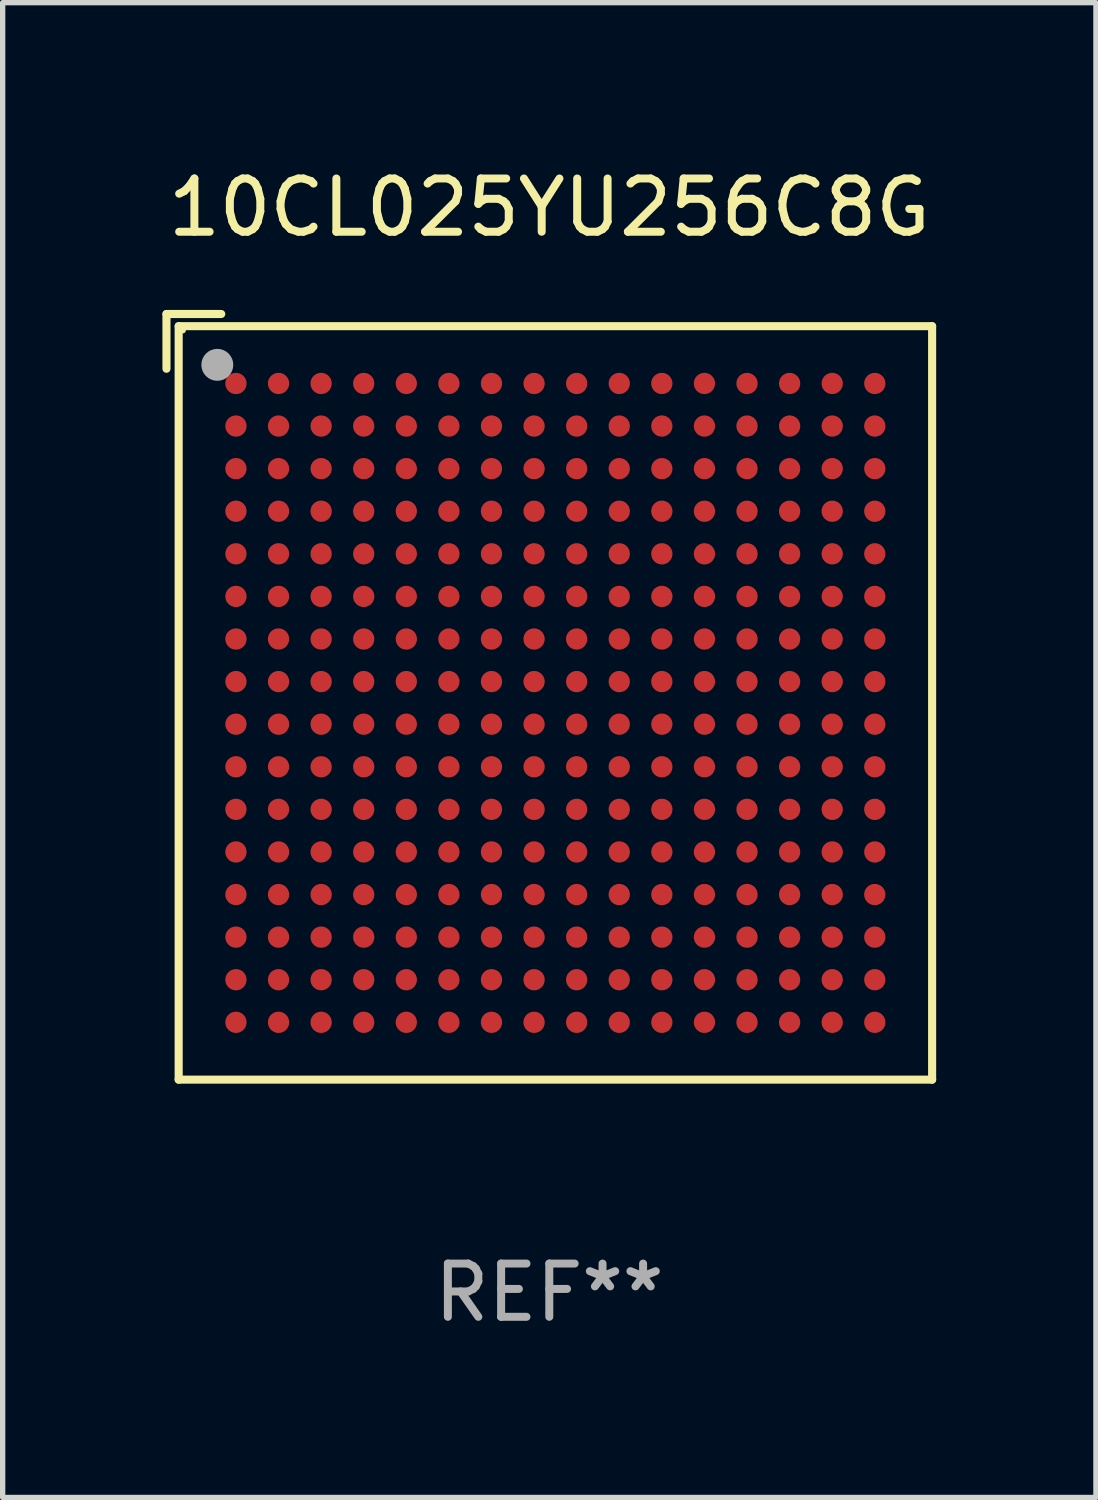
<source format=kicad_pcb>
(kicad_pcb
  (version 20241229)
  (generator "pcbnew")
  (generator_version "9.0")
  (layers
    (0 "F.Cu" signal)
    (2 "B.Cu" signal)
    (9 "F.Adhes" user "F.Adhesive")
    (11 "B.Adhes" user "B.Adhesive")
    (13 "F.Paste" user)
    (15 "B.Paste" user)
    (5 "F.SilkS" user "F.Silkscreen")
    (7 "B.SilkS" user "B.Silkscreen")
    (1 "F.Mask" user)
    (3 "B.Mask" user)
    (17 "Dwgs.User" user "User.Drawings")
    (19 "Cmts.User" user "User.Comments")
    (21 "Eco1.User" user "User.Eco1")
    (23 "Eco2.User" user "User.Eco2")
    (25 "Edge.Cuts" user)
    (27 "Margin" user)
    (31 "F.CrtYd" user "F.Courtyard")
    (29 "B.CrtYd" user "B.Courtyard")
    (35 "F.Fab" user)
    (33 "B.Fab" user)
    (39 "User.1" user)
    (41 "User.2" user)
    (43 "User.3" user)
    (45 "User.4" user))
  (footprint "10CL025YU256C8G"
    (layer "F.Cu")
    (at 7.268 10.039)
    (property "Reference" "10CL025YU256C8G" (at 0 -9.191 0) (layer "F.SilkS") (effects (font (size 1 1) (thickness 0.15))))
    (attr through_hole)
    (fp_line (start -7.191 -7.191) (end -6.162 -7.191) (stroke (width 0.152) (type solid)) (layer "F.SilkS"))
    (fp_line (start -7.191 -6.162) (end -7.191 -7.191) (stroke (width 0.152) (type solid)) (layer "F.SilkS"))
    (fp_line (start -6.962 -6.962) (end 7.191 -6.962) (stroke (width 0.152) (type solid)) (layer "F.SilkS"))
    (fp_line (start -6.962 7.191) (end -6.962 -6.962) (stroke (width 0.152) (type solid)) (layer "F.SilkS"))
    (fp_line (start 7.191 -6.962) (end 7.191 7.191) (stroke (width 0.152) (type solid)) (layer "F.SilkS"))
    (fp_line (start 7.191 7.191) (end -6.962 7.191) (stroke (width 0.152) (type solid)) (layer "F.SilkS"))
    (fp_circle (center -6.886 -6.886) (end -6.856 -6.886) (stroke (width 0.06) (type solid)) (fill no) (layer "F.SilkS"))
    (fp_circle (center -6.236 -6.236) (end -6.086 -6.236) (stroke (width 0.3) (type solid)) (fill no) (layer "F.Fab"))
    (fp_text user "REF**" (at 0 11.191 0) (layer "F.Fab") (effects (font (size 1 1) (thickness 0.15))))
    (pad "A1" smd circle (at -5.886 -5.886) (size 0.4 0.4) (layers "F.Cu" "F.Mask" "F.Paste"))
    (pad "A2" smd circle (at -5.086 -5.886) (size 0.4 0.4) (layers "F.Cu" "F.Mask" "F.Paste"))
    (pad "A3" smd circle (at -4.286 -5.886) (size 0.4 0.4) (layers "F.Cu" "F.Mask" "F.Paste"))
    (pad "A4" smd circle (at -3.486 -5.886) (size 0.4 0.4) (layers "F.Cu" "F.Mask" "F.Paste"))
    (pad "A5" smd circle (at -2.686 -5.886) (size 0.4 0.4) (layers "F.Cu" "F.Mask" "F.Paste"))
    (pad "A6" smd circle (at -1.886 -5.886) (size 0.4 0.4) (layers "F.Cu" "F.Mask" "F.Paste"))
    (pad "A7" smd circle (at -1.086 -5.886) (size 0.4 0.4) (layers "F.Cu" "F.Mask" "F.Paste"))
    (pad "A8" smd circle (at -0.286 -5.886) (size 0.4 0.4) (layers "F.Cu" "F.Mask" "F.Paste"))
    (pad "A9" smd circle (at 0.514 -5.886) (size 0.4 0.4) (layers "F.Cu" "F.Mask" "F.Paste"))
    (pad "A10" smd circle (at 1.314 -5.886) (size 0.4 0.4) (layers "F.Cu" "F.Mask" "F.Paste"))
    (pad "A11" smd circle (at 2.114 -5.886) (size 0.4 0.4) (layers "F.Cu" "F.Mask" "F.Paste"))
    (pad "A12" smd circle (at 2.914 -5.886) (size 0.4 0.4) (layers "F.Cu" "F.Mask" "F.Paste"))
    (pad "A13" smd circle (at 3.714 -5.886) (size 0.4 0.4) (layers "F.Cu" "F.Mask" "F.Paste"))
    (pad "A14" smd circle (at 4.514 -5.886) (size 0.4 0.4) (layers "F.Cu" "F.Mask" "F.Paste"))
    (pad "A15" smd circle (at 5.314 -5.886) (size 0.4 0.4) (layers "F.Cu" "F.Mask" "F.Paste"))
    (pad "A16" smd circle (at 6.114 -5.886) (size 0.4 0.4) (layers "F.Cu" "F.Mask" "F.Paste"))
    (pad "B1" smd circle (at -5.886 -5.086) (size 0.4 0.4) (layers "F.Cu" "F.Mask" "F.Paste"))
    (pad "B2" smd circle (at -5.086 -5.086) (size 0.4 0.4) (layers "F.Cu" "F.Mask" "F.Paste"))
    (pad "B3" smd circle (at -4.286 -5.086) (size 0.4 0.4) (layers "F.Cu" "F.Mask" "F.Paste"))
    (pad "B4" smd circle (at -3.486 -5.086) (size 0.4 0.4) (layers "F.Cu" "F.Mask" "F.Paste"))
    (pad "B5" smd circle (at -2.686 -5.086) (size 0.4 0.4) (layers "F.Cu" "F.Mask" "F.Paste"))
    (pad "B6" smd circle (at -1.886 -5.086) (size 0.4 0.4) (layers "F.Cu" "F.Mask" "F.Paste"))
    (pad "B7" smd circle (at -1.086 -5.086) (size 0.4 0.4) (layers "F.Cu" "F.Mask" "F.Paste"))
    (pad "B8" smd circle (at -0.286 -5.086) (size 0.4 0.4) (layers "F.Cu" "F.Mask" "F.Paste"))
    (pad "B9" smd circle (at 0.514 -5.086) (size 0.4 0.4) (layers "F.Cu" "F.Mask" "F.Paste"))
    (pad "B10" smd circle (at 1.314 -5.086) (size 0.4 0.4) (layers "F.Cu" "F.Mask" "F.Paste"))
    (pad "B11" smd circle (at 2.114 -5.086) (size 0.4 0.4) (layers "F.Cu" "F.Mask" "F.Paste"))
    (pad "B12" smd circle (at 2.914 -5.086) (size 0.4 0.4) (layers "F.Cu" "F.Mask" "F.Paste"))
    (pad "B13" smd circle (at 3.714 -5.086) (size 0.4 0.4) (layers "F.Cu" "F.Mask" "F.Paste"))
    (pad "B14" smd circle (at 4.514 -5.086) (size 0.4 0.4) (layers "F.Cu" "F.Mask" "F.Paste"))
    (pad "B15" smd circle (at 5.314 -5.086) (size 0.4 0.4) (layers "F.Cu" "F.Mask" "F.Paste"))
    (pad "B16" smd circle (at 6.114 -5.086) (size 0.4 0.4) (layers "F.Cu" "F.Mask" "F.Paste"))
    (pad "C1" smd circle (at -5.886 -4.286) (size 0.4 0.4) (layers "F.Cu" "F.Mask" "F.Paste"))
    (pad "C2" smd circle (at -5.086 -4.286) (size 0.4 0.4) (layers "F.Cu" "F.Mask" "F.Paste"))
    (pad "C3" smd circle (at -4.286 -4.286) (size 0.4 0.4) (layers "F.Cu" "F.Mask" "F.Paste"))
    (pad "C4" smd circle (at -3.486 -4.286) (size 0.4 0.4) (layers "F.Cu" "F.Mask" "F.Paste"))
    (pad "C5" smd circle (at -2.686 -4.286) (size 0.4 0.4) (layers "F.Cu" "F.Mask" "F.Paste"))
    (pad "C6" smd circle (at -1.886 -4.286) (size 0.4 0.4) (layers "F.Cu" "F.Mask" "F.Paste"))
    (pad "C7" smd circle (at -1.086 -4.286) (size 0.4 0.4) (layers "F.Cu" "F.Mask" "F.Paste"))
    (pad "C8" smd circle (at -0.286 -4.286) (size 0.4 0.4) (layers "F.Cu" "F.Mask" "F.Paste"))
    (pad "C9" smd circle (at 0.514 -4.286) (size 0.4 0.4) (layers "F.Cu" "F.Mask" "F.Paste"))
    (pad "C10" smd circle (at 1.314 -4.286) (size 0.4 0.4) (layers "F.Cu" "F.Mask" "F.Paste"))
    (pad "C11" smd circle (at 2.114 -4.286) (size 0.4 0.4) (layers "F.Cu" "F.Mask" "F.Paste"))
    (pad "C12" smd circle (at 2.914 -4.286) (size 0.4 0.4) (layers "F.Cu" "F.Mask" "F.Paste"))
    (pad "C13" smd circle (at 3.714 -4.286) (size 0.4 0.4) (layers "F.Cu" "F.Mask" "F.Paste"))
    (pad "C14" smd circle (at 4.514 -4.286) (size 0.4 0.4) (layers "F.Cu" "F.Mask" "F.Paste"))
    (pad "C15" smd circle (at 5.314 -4.286) (size 0.4 0.4) (layers "F.Cu" "F.Mask" "F.Paste"))
    (pad "C16" smd circle (at 6.114 -4.286) (size 0.4 0.4) (layers "F.Cu" "F.Mask" "F.Paste"))
    (pad "D1" smd circle (at -5.886 -3.486) (size 0.4 0.4) (layers "F.Cu" "F.Mask" "F.Paste"))
    (pad "D2" smd circle (at -5.086 -3.486) (size 0.4 0.4) (layers "F.Cu" "F.Mask" "F.Paste"))
    (pad "D3" smd circle (at -4.286 -3.486) (size 0.4 0.4) (layers "F.Cu" "F.Mask" "F.Paste"))
    (pad "D4" smd circle (at -3.486 -3.486) (size 0.4 0.4) (layers "F.Cu" "F.Mask" "F.Paste"))
    (pad "D5" smd circle (at -2.686 -3.486) (size 0.4 0.4) (layers "F.Cu" "F.Mask" "F.Paste"))
    (pad "D6" smd circle (at -1.886 -3.486) (size 0.4 0.4) (layers "F.Cu" "F.Mask" "F.Paste"))
    (pad "D7" smd circle (at -1.086 -3.486) (size 0.4 0.4) (layers "F.Cu" "F.Mask" "F.Paste"))
    (pad "D8" smd circle (at -0.286 -3.486) (size 0.4 0.4) (layers "F.Cu" "F.Mask" "F.Paste"))
    (pad "D9" smd circle (at 0.514 -3.486) (size 0.4 0.4) (layers "F.Cu" "F.Mask" "F.Paste"))
    (pad "D10" smd circle (at 1.314 -3.486) (size 0.4 0.4) (layers "F.Cu" "F.Mask" "F.Paste"))
    (pad "D11" smd circle (at 2.114 -3.486) (size 0.4 0.4) (layers "F.Cu" "F.Mask" "F.Paste"))
    (pad "D12" smd circle (at 2.914 -3.486) (size 0.4 0.4) (layers "F.Cu" "F.Mask" "F.Paste"))
    (pad "D13" smd circle (at 3.714 -3.486) (size 0.4 0.4) (layers "F.Cu" "F.Mask" "F.Paste"))
    (pad "D14" smd circle (at 4.514 -3.486) (size 0.4 0.4) (layers "F.Cu" "F.Mask" "F.Paste"))
    (pad "D15" smd circle (at 5.314 -3.486) (size 0.4 0.4) (layers "F.Cu" "F.Mask" "F.Paste"))
    (pad "D16" smd circle (at 6.114 -3.486) (size 0.4 0.4) (layers "F.Cu" "F.Mask" "F.Paste"))
    (pad "E1" smd circle (at -5.886 -2.686) (size 0.4 0.4) (layers "F.Cu" "F.Mask" "F.Paste"))
    (pad "E2" smd circle (at -5.086 -2.686) (size 0.4 0.4) (layers "F.Cu" "F.Mask" "F.Paste"))
    (pad "E3" smd circle (at -4.286 -2.686) (size 0.4 0.4) (layers "F.Cu" "F.Mask" "F.Paste"))
    (pad "E4" smd circle (at -3.486 -2.686) (size 0.4 0.4) (layers "F.Cu" "F.Mask" "F.Paste"))
    (pad "E5" smd circle (at -2.686 -2.686) (size 0.4 0.4) (layers "F.Cu" "F.Mask" "F.Paste"))
    (pad "E6" smd circle (at -1.886 -2.686) (size 0.4 0.4) (layers "F.Cu" "F.Mask" "F.Paste"))
    (pad "E7" smd circle (at -1.086 -2.686) (size 0.4 0.4) (layers "F.Cu" "F.Mask" "F.Paste"))
    (pad "E8" smd circle (at -0.286 -2.686) (size 0.4 0.4) (layers "F.Cu" "F.Mask" "F.Paste"))
    (pad "E9" smd circle (at 0.514 -2.686) (size 0.4 0.4) (layers "F.Cu" "F.Mask" "F.Paste"))
    (pad "E10" smd circle (at 1.314 -2.686) (size 0.4 0.4) (layers "F.Cu" "F.Mask" "F.Paste"))
    (pad "E11" smd circle (at 2.114 -2.686) (size 0.4 0.4) (layers "F.Cu" "F.Mask" "F.Paste"))
    (pad "E12" smd circle (at 2.914 -2.686) (size 0.4 0.4) (layers "F.Cu" "F.Mask" "F.Paste"))
    (pad "E13" smd circle (at 3.714 -2.686) (size 0.4 0.4) (layers "F.Cu" "F.Mask" "F.Paste"))
    (pad "E14" smd circle (at 4.514 -2.686) (size 0.4 0.4) (layers "F.Cu" "F.Mask" "F.Paste"))
    (pad "E15" smd circle (at 5.314 -2.686) (size 0.4 0.4) (layers "F.Cu" "F.Mask" "F.Paste"))
    (pad "E16" smd circle (at 6.114 -2.686) (size 0.4 0.4) (layers "F.Cu" "F.Mask" "F.Paste"))
    (pad "F1" smd circle (at -5.886 -1.886) (size 0.4 0.4) (layers "F.Cu" "F.Mask" "F.Paste"))
    (pad "F2" smd circle (at -5.086 -1.886) (size 0.4 0.4) (layers "F.Cu" "F.Mask" "F.Paste"))
    (pad "F3" smd circle (at -4.286 -1.886) (size 0.4 0.4) (layers "F.Cu" "F.Mask" "F.Paste"))
    (pad "F4" smd circle (at -3.486 -1.886) (size 0.4 0.4) (layers "F.Cu" "F.Mask" "F.Paste"))
    (pad "F5" smd circle (at -2.686 -1.886) (size 0.4 0.4) (layers "F.Cu" "F.Mask" "F.Paste"))
    (pad "F6" smd circle (at -1.886 -1.886) (size 0.4 0.4) (layers "F.Cu" "F.Mask" "F.Paste"))
    (pad "F7" smd circle (at -1.086 -1.886) (size 0.4 0.4) (layers "F.Cu" "F.Mask" "F.Paste"))
    (pad "F8" smd circle (at -0.286 -1.886) (size 0.4 0.4) (layers "F.Cu" "F.Mask" "F.Paste"))
    (pad "F9" smd circle (at 0.514 -1.886) (size 0.4 0.4) (layers "F.Cu" "F.Mask" "F.Paste"))
    (pad "F10" smd circle (at 1.314 -1.886) (size 0.4 0.4) (layers "F.Cu" "F.Mask" "F.Paste"))
    (pad "F11" smd circle (at 2.114 -1.886) (size 0.4 0.4) (layers "F.Cu" "F.Mask" "F.Paste"))
    (pad "F12" smd circle (at 2.914 -1.886) (size 0.4 0.4) (layers "F.Cu" "F.Mask" "F.Paste"))
    (pad "F13" smd circle (at 3.714 -1.886) (size 0.4 0.4) (layers "F.Cu" "F.Mask" "F.Paste"))
    (pad "F14" smd circle (at 4.514 -1.886) (size 0.4 0.4) (layers "F.Cu" "F.Mask" "F.Paste"))
    (pad "F15" smd circle (at 5.314 -1.886) (size 0.4 0.4) (layers "F.Cu" "F.Mask" "F.Paste"))
    (pad "F16" smd circle (at 6.114 -1.886) (size 0.4 0.4) (layers "F.Cu" "F.Mask" "F.Paste"))
    (pad "G1" smd circle (at -5.886 -1.086) (size 0.4 0.4) (layers "F.Cu" "F.Mask" "F.Paste"))
    (pad "G2" smd circle (at -5.086 -1.086) (size 0.4 0.4) (layers "F.Cu" "F.Mask" "F.Paste"))
    (pad "G3" smd circle (at -4.286 -1.086) (size 0.4 0.4) (layers "F.Cu" "F.Mask" "F.Paste"))
    (pad "G4" smd circle (at -3.486 -1.086) (size 0.4 0.4) (layers "F.Cu" "F.Mask" "F.Paste"))
    (pad "G5" smd circle (at -2.686 -1.086) (size 0.4 0.4) (layers "F.Cu" "F.Mask" "F.Paste"))
    (pad "G6" smd circle (at -1.886 -1.086) (size 0.4 0.4) (layers "F.Cu" "F.Mask" "F.Paste"))
    (pad "G7" smd circle (at -1.086 -1.086) (size 0.4 0.4) (layers "F.Cu" "F.Mask" "F.Paste"))
    (pad "G8" smd circle (at -0.286 -1.086) (size 0.4 0.4) (layers "F.Cu" "F.Mask" "F.Paste"))
    (pad "G9" smd circle (at 0.514 -1.086) (size 0.4 0.4) (layers "F.Cu" "F.Mask" "F.Paste"))
    (pad "G10" smd circle (at 1.314 -1.086) (size 0.4 0.4) (layers "F.Cu" "F.Mask" "F.Paste"))
    (pad "G11" smd circle (at 2.114 -1.086) (size 0.4 0.4) (layers "F.Cu" "F.Mask" "F.Paste"))
    (pad "G12" smd circle (at 2.914 -1.086) (size 0.4 0.4) (layers "F.Cu" "F.Mask" "F.Paste"))
    (pad "G13" smd circle (at 3.714 -1.086) (size 0.4 0.4) (layers "F.Cu" "F.Mask" "F.Paste"))
    (pad "G14" smd circle (at 4.514 -1.086) (size 0.4 0.4) (layers "F.Cu" "F.Mask" "F.Paste"))
    (pad "G15" smd circle (at 5.314 -1.086) (size 0.4 0.4) (layers "F.Cu" "F.Mask" "F.Paste"))
    (pad "G16" smd circle (at 6.114 -1.086) (size 0.4 0.4) (layers "F.Cu" "F.Mask" "F.Paste"))
    (pad "H1" smd circle (at -5.886 -0.286) (size 0.4 0.4) (layers "F.Cu" "F.Mask" "F.Paste"))
    (pad "H2" smd circle (at -5.086 -0.286) (size 0.4 0.4) (layers "F.Cu" "F.Mask" "F.Paste"))
    (pad "H3" smd circle (at -4.286 -0.286) (size 0.4 0.4) (layers "F.Cu" "F.Mask" "F.Paste"))
    (pad "H4" smd circle (at -3.486 -0.286) (size 0.4 0.4) (layers "F.Cu" "F.Mask" "F.Paste"))
    (pad "H5" smd circle (at -2.686 -0.286) (size 0.4 0.4) (layers "F.Cu" "F.Mask" "F.Paste"))
    (pad "H6" smd circle (at -1.886 -0.286) (size 0.4 0.4) (layers "F.Cu" "F.Mask" "F.Paste"))
    (pad "H7" smd circle (at -1.086 -0.286) (size 0.4 0.4) (layers "F.Cu" "F.Mask" "F.Paste"))
    (pad "H8" smd circle (at -0.286 -0.286) (size 0.4 0.4) (layers "F.Cu" "F.Mask" "F.Paste"))
    (pad "H9" smd circle (at 0.514 -0.286) (size 0.4 0.4) (layers "F.Cu" "F.Mask" "F.Paste"))
    (pad "H10" smd circle (at 1.314 -0.286) (size 0.4 0.4) (layers "F.Cu" "F.Mask" "F.Paste"))
    (pad "H11" smd circle (at 2.114 -0.286) (size 0.4 0.4) (layers "F.Cu" "F.Mask" "F.Paste"))
    (pad "H12" smd circle (at 2.914 -0.286) (size 0.4 0.4) (layers "F.Cu" "F.Mask" "F.Paste"))
    (pad "H13" smd circle (at 3.714 -0.286) (size 0.4 0.4) (layers "F.Cu" "F.Mask" "F.Paste"))
    (pad "H14" smd circle (at 4.514 -0.286) (size 0.4 0.4) (layers "F.Cu" "F.Mask" "F.Paste"))
    (pad "H15" smd circle (at 5.314 -0.286) (size 0.4 0.4) (layers "F.Cu" "F.Mask" "F.Paste"))
    (pad "H16" smd circle (at 6.114 -0.286) (size 0.4 0.4) (layers "F.Cu" "F.Mask" "F.Paste"))
    (pad "J1" smd circle (at -5.886 0.514) (size 0.4 0.4) (layers "F.Cu" "F.Mask" "F.Paste"))
    (pad "J2" smd circle (at -5.086 0.514) (size 0.4 0.4) (layers "F.Cu" "F.Mask" "F.Paste"))
    (pad "J3" smd circle (at -4.286 0.514) (size 0.4 0.4) (layers "F.Cu" "F.Mask" "F.Paste"))
    (pad "J4" smd circle (at -3.486 0.514) (size 0.4 0.4) (layers "F.Cu" "F.Mask" "F.Paste"))
    (pad "J5" smd circle (at -2.686 0.514) (size 0.4 0.4) (layers "F.Cu" "F.Mask" "F.Paste"))
    (pad "J6" smd circle (at -1.886 0.514) (size 0.4 0.4) (layers "F.Cu" "F.Mask" "F.Paste"))
    (pad "J7" smd circle (at -1.086 0.514) (size 0.4 0.4) (layers "F.Cu" "F.Mask" "F.Paste"))
    (pad "J8" smd circle (at -0.286 0.514) (size 0.4 0.4) (layers "F.Cu" "F.Mask" "F.Paste"))
    (pad "J9" smd circle (at 0.514 0.514) (size 0.4 0.4) (layers "F.Cu" "F.Mask" "F.Paste"))
    (pad "J10" smd circle (at 1.314 0.514) (size 0.4 0.4) (layers "F.Cu" "F.Mask" "F.Paste"))
    (pad "J11" smd circle (at 2.114 0.514) (size 0.4 0.4) (layers "F.Cu" "F.Mask" "F.Paste"))
    (pad "J12" smd circle (at 2.914 0.514) (size 0.4 0.4) (layers "F.Cu" "F.Mask" "F.Paste"))
    (pad "J13" smd circle (at 3.714 0.514) (size 0.4 0.4) (layers "F.Cu" "F.Mask" "F.Paste"))
    (pad "J14" smd circle (at 4.514 0.514) (size 0.4 0.4) (layers "F.Cu" "F.Mask" "F.Paste"))
    (pad "J15" smd circle (at 5.314 0.514) (size 0.4 0.4) (layers "F.Cu" "F.Mask" "F.Paste"))
    (pad "J16" smd circle (at 6.114 0.514) (size 0.4 0.4) (layers "F.Cu" "F.Mask" "F.Paste"))
    (pad "K1" smd circle (at -5.886 1.314) (size 0.4 0.4) (layers "F.Cu" "F.Mask" "F.Paste"))
    (pad "K2" smd circle (at -5.086 1.314) (size 0.4 0.4) (layers "F.Cu" "F.Mask" "F.Paste"))
    (pad "K3" smd circle (at -4.286 1.314) (size 0.4 0.4) (layers "F.Cu" "F.Mask" "F.Paste"))
    (pad "K4" smd circle (at -3.486 1.314) (size 0.4 0.4) (layers "F.Cu" "F.Mask" "F.Paste"))
    (pad "K5" smd circle (at -2.686 1.314) (size 0.4 0.4) (layers "F.Cu" "F.Mask" "F.Paste"))
    (pad "K6" smd circle (at -1.886 1.314) (size 0.4 0.4) (layers "F.Cu" "F.Mask" "F.Paste"))
    (pad "K7" smd circle (at -1.086 1.314) (size 0.4 0.4) (layers "F.Cu" "F.Mask" "F.Paste"))
    (pad "K8" smd circle (at -0.286 1.314) (size 0.4 0.4) (layers "F.Cu" "F.Mask" "F.Paste"))
    (pad "K9" smd circle (at 0.514 1.314) (size 0.4 0.4) (layers "F.Cu" "F.Mask" "F.Paste"))
    (pad "K10" smd circle (at 1.314 1.314) (size 0.4 0.4) (layers "F.Cu" "F.Mask" "F.Paste"))
    (pad "K11" smd circle (at 2.114 1.314) (size 0.4 0.4) (layers "F.Cu" "F.Mask" "F.Paste"))
    (pad "K12" smd circle (at 2.914 1.314) (size 0.4 0.4) (layers "F.Cu" "F.Mask" "F.Paste"))
    (pad "K13" smd circle (at 3.714 1.314) (size 0.4 0.4) (layers "F.Cu" "F.Mask" "F.Paste"))
    (pad "K14" smd circle (at 4.514 1.314) (size 0.4 0.4) (layers "F.Cu" "F.Mask" "F.Paste"))
    (pad "K15" smd circle (at 5.314 1.314) (size 0.4 0.4) (layers "F.Cu" "F.Mask" "F.Paste"))
    (pad "K16" smd circle (at 6.114 1.314) (size 0.4 0.4) (layers "F.Cu" "F.Mask" "F.Paste"))
    (pad "L1" smd circle (at -5.886 2.114) (size 0.4 0.4) (layers "F.Cu" "F.Mask" "F.Paste"))
    (pad "L2" smd circle (at -5.086 2.114) (size 0.4 0.4) (layers "F.Cu" "F.Mask" "F.Paste"))
    (pad "L3" smd circle (at -4.286 2.114) (size 0.4 0.4) (layers "F.Cu" "F.Mask" "F.Paste"))
    (pad "L4" smd circle (at -3.486 2.114) (size 0.4 0.4) (layers "F.Cu" "F.Mask" "F.Paste"))
    (pad "L5" smd circle (at -2.686 2.114) (size 0.4 0.4) (layers "F.Cu" "F.Mask" "F.Paste"))
    (pad "L6" smd circle (at -1.886 2.114) (size 0.4 0.4) (layers "F.Cu" "F.Mask" "F.Paste"))
    (pad "L7" smd circle (at -1.086 2.114) (size 0.4 0.4) (layers "F.Cu" "F.Mask" "F.Paste"))
    (pad "L8" smd circle (at -0.286 2.114) (size 0.4 0.4) (layers "F.Cu" "F.Mask" "F.Paste"))
    (pad "L9" smd circle (at 0.514 2.114) (size 0.4 0.4) (layers "F.Cu" "F.Mask" "F.Paste"))
    (pad "L10" smd circle (at 1.314 2.114) (size 0.4 0.4) (layers "F.Cu" "F.Mask" "F.Paste"))
    (pad "L11" smd circle (at 2.114 2.114) (size 0.4 0.4) (layers "F.Cu" "F.Mask" "F.Paste"))
    (pad "L12" smd circle (at 2.914 2.114) (size 0.4 0.4) (layers "F.Cu" "F.Mask" "F.Paste"))
    (pad "L13" smd circle (at 3.714 2.114) (size 0.4 0.4) (layers "F.Cu" "F.Mask" "F.Paste"))
    (pad "L14" smd circle (at 4.514 2.114) (size 0.4 0.4) (layers "F.Cu" "F.Mask" "F.Paste"))
    (pad "L15" smd circle (at 5.314 2.114) (size 0.4 0.4) (layers "F.Cu" "F.Mask" "F.Paste"))
    (pad "L16" smd circle (at 6.114 2.114) (size 0.4 0.4) (layers "F.Cu" "F.Mask" "F.Paste"))
    (pad "M1" smd circle (at -5.886 2.914) (size 0.4 0.4) (layers "F.Cu" "F.Mask" "F.Paste"))
    (pad "M2" smd circle (at -5.086 2.914) (size 0.4 0.4) (layers "F.Cu" "F.Mask" "F.Paste"))
    (pad "M3" smd circle (at -4.286 2.914) (size 0.4 0.4) (layers "F.Cu" "F.Mask" "F.Paste"))
    (pad "M4" smd circle (at -3.486 2.914) (size 0.4 0.4) (layers "F.Cu" "F.Mask" "F.Paste"))
    (pad "M5" smd circle (at -2.686 2.914) (size 0.4 0.4) (layers "F.Cu" "F.Mask" "F.Paste"))
    (pad "M6" smd circle (at -1.886 2.914) (size 0.4 0.4) (layers "F.Cu" "F.Mask" "F.Paste"))
    (pad "M7" smd circle (at -1.086 2.914) (size 0.4 0.4) (layers "F.Cu" "F.Mask" "F.Paste"))
    (pad "M8" smd circle (at -0.286 2.914) (size 0.4 0.4) (layers "F.Cu" "F.Mask" "F.Paste"))
    (pad "M9" smd circle (at 0.514 2.914) (size 0.4 0.4) (layers "F.Cu" "F.Mask" "F.Paste"))
    (pad "M10" smd circle (at 1.314 2.914) (size 0.4 0.4) (layers "F.Cu" "F.Mask" "F.Paste"))
    (pad "M11" smd circle (at 2.114 2.914) (size 0.4 0.4) (layers "F.Cu" "F.Mask" "F.Paste"))
    (pad "M12" smd circle (at 2.914 2.914) (size 0.4 0.4) (layers "F.Cu" "F.Mask" "F.Paste"))
    (pad "M13" smd circle (at 3.714 2.914) (size 0.4 0.4) (layers "F.Cu" "F.Mask" "F.Paste"))
    (pad "M14" smd circle (at 4.514 2.914) (size 0.4 0.4) (layers "F.Cu" "F.Mask" "F.Paste"))
    (pad "M15" smd circle (at 5.314 2.914) (size 0.4 0.4) (layers "F.Cu" "F.Mask" "F.Paste"))
    (pad "M16" smd circle (at 6.114 2.914) (size 0.4 0.4) (layers "F.Cu" "F.Mask" "F.Paste"))
    (pad "N1" smd circle (at -5.886 3.714) (size 0.4 0.4) (layers "F.Cu" "F.Mask" "F.Paste"))
    (pad "N2" smd circle (at -5.086 3.714) (size 0.4 0.4) (layers "F.Cu" "F.Mask" "F.Paste"))
    (pad "N3" smd circle (at -4.286 3.714) (size 0.4 0.4) (layers "F.Cu" "F.Mask" "F.Paste"))
    (pad "N4" smd circle (at -3.486 3.714) (size 0.4 0.4) (layers "F.Cu" "F.Mask" "F.Paste"))
    (pad "N5" smd circle (at -2.686 3.714) (size 0.4 0.4) (layers "F.Cu" "F.Mask" "F.Paste"))
    (pad "N6" smd circle (at -1.886 3.714) (size 0.4 0.4) (layers "F.Cu" "F.Mask" "F.Paste"))
    (pad "N7" smd circle (at -1.086 3.714) (size 0.4 0.4) (layers "F.Cu" "F.Mask" "F.Paste"))
    (pad "N8" smd circle (at -0.286 3.714) (size 0.4 0.4) (layers "F.Cu" "F.Mask" "F.Paste"))
    (pad "N9" smd circle (at 0.514 3.714) (size 0.4 0.4) (layers "F.Cu" "F.Mask" "F.Paste"))
    (pad "N10" smd circle (at 1.314 3.714) (size 0.4 0.4) (layers "F.Cu" "F.Mask" "F.Paste"))
    (pad "N11" smd circle (at 2.114 3.714) (size 0.4 0.4) (layers "F.Cu" "F.Mask" "F.Paste"))
    (pad "N12" smd circle (at 2.914 3.714) (size 0.4 0.4) (layers "F.Cu" "F.Mask" "F.Paste"))
    (pad "N13" smd circle (at 3.714 3.714) (size 0.4 0.4) (layers "F.Cu" "F.Mask" "F.Paste"))
    (pad "N14" smd circle (at 4.514 3.714) (size 0.4 0.4) (layers "F.Cu" "F.Mask" "F.Paste"))
    (pad "N15" smd circle (at 5.314 3.714) (size 0.4 0.4) (layers "F.Cu" "F.Mask" "F.Paste"))
    (pad "N16" smd circle (at 6.114 3.714) (size 0.4 0.4) (layers "F.Cu" "F.Mask" "F.Paste"))
    (pad "P1" smd circle (at -5.886 4.514) (size 0.4 0.4) (layers "F.Cu" "F.Mask" "F.Paste"))
    (pad "P2" smd circle (at -5.086 4.514) (size 0.4 0.4) (layers "F.Cu" "F.Mask" "F.Paste"))
    (pad "P3" smd circle (at -4.286 4.514) (size 0.4 0.4) (layers "F.Cu" "F.Mask" "F.Paste"))
    (pad "P4" smd circle (at -3.486 4.514) (size 0.4 0.4) (layers "F.Cu" "F.Mask" "F.Paste"))
    (pad "P5" smd circle (at -2.686 4.514) (size 0.4 0.4) (layers "F.Cu" "F.Mask" "F.Paste"))
    (pad "P6" smd circle (at -1.886 4.514) (size 0.4 0.4) (layers "F.Cu" "F.Mask" "F.Paste"))
    (pad "P7" smd circle (at -1.086 4.514) (size 0.4 0.4) (layers "F.Cu" "F.Mask" "F.Paste"))
    (pad "P8" smd circle (at -0.286 4.514) (size 0.4 0.4) (layers "F.Cu" "F.Mask" "F.Paste"))
    (pad "P9" smd circle (at 0.514 4.514) (size 0.4 0.4) (layers "F.Cu" "F.Mask" "F.Paste"))
    (pad "P10" smd circle (at 1.314 4.514) (size 0.4 0.4) (layers "F.Cu" "F.Mask" "F.Paste"))
    (pad "P11" smd circle (at 2.114 4.514) (size 0.4 0.4) (layers "F.Cu" "F.Mask" "F.Paste"))
    (pad "P12" smd circle (at 2.914 4.514) (size 0.4 0.4) (layers "F.Cu" "F.Mask" "F.Paste"))
    (pad "P13" smd circle (at 3.714 4.514) (size 0.4 0.4) (layers "F.Cu" "F.Mask" "F.Paste"))
    (pad "P14" smd circle (at 4.514 4.514) (size 0.4 0.4) (layers "F.Cu" "F.Mask" "F.Paste"))
    (pad "P15" smd circle (at 5.314 4.514) (size 0.4 0.4) (layers "F.Cu" "F.Mask" "F.Paste"))
    (pad "P16" smd circle (at 6.114 4.514) (size 0.4 0.4) (layers "F.Cu" "F.Mask" "F.Paste"))
    (pad "R1" smd circle (at -5.886 5.314) (size 0.4 0.4) (layers "F.Cu" "F.Mask" "F.Paste"))
    (pad "R2" smd circle (at -5.086 5.314) (size 0.4 0.4) (layers "F.Cu" "F.Mask" "F.Paste"))
    (pad "R3" smd circle (at -4.286 5.314) (size 0.4 0.4) (layers "F.Cu" "F.Mask" "F.Paste"))
    (pad "R4" smd circle (at -3.486 5.314) (size 0.4 0.4) (layers "F.Cu" "F.Mask" "F.Paste"))
    (pad "R5" smd circle (at -2.686 5.314) (size 0.4 0.4) (layers "F.Cu" "F.Mask" "F.Paste"))
    (pad "R6" smd circle (at -1.886 5.314) (size 0.4 0.4) (layers "F.Cu" "F.Mask" "F.Paste"))
    (pad "R7" smd circle (at -1.086 5.314) (size 0.4 0.4) (layers "F.Cu" "F.Mask" "F.Paste"))
    (pad "R8" smd circle (at -0.286 5.314) (size 0.4 0.4) (layers "F.Cu" "F.Mask" "F.Paste"))
    (pad "R9" smd circle (at 0.514 5.314) (size 0.4 0.4) (layers "F.Cu" "F.Mask" "F.Paste"))
    (pad "R10" smd circle (at 1.314 5.314) (size 0.4 0.4) (layers "F.Cu" "F.Mask" "F.Paste"))
    (pad "R11" smd circle (at 2.114 5.314) (size 0.4 0.4) (layers "F.Cu" "F.Mask" "F.Paste"))
    (pad "R12" smd circle (at 2.914 5.314) (size 0.4 0.4) (layers "F.Cu" "F.Mask" "F.Paste"))
    (pad "R13" smd circle (at 3.714 5.314) (size 0.4 0.4) (layers "F.Cu" "F.Mask" "F.Paste"))
    (pad "R14" smd circle (at 4.514 5.314) (size 0.4 0.4) (layers "F.Cu" "F.Mask" "F.Paste"))
    (pad "R15" smd circle (at 5.314 5.314) (size 0.4 0.4) (layers "F.Cu" "F.Mask" "F.Paste"))
    (pad "R16" smd circle (at 6.114 5.314) (size 0.4 0.4) (layers "F.Cu" "F.Mask" "F.Paste"))
    (pad "T1" smd circle (at -5.886 6.114) (size 0.4 0.4) (layers "F.Cu" "F.Mask" "F.Paste"))
    (pad "T2" smd circle (at -5.086 6.114) (size 0.4 0.4) (layers "F.Cu" "F.Mask" "F.Paste"))
    (pad "T3" smd circle (at -4.286 6.114) (size 0.4 0.4) (layers "F.Cu" "F.Mask" "F.Paste"))
    (pad "T4" smd circle (at -3.486 6.114) (size 0.4 0.4) (layers "F.Cu" "F.Mask" "F.Paste"))
    (pad "T5" smd circle (at -2.686 6.114) (size 0.4 0.4) (layers "F.Cu" "F.Mask" "F.Paste"))
    (pad "T6" smd circle (at -1.886 6.114) (size 0.4 0.4) (layers "F.Cu" "F.Mask" "F.Paste"))
    (pad "T7" smd circle (at -1.086 6.114) (size 0.4 0.4) (layers "F.Cu" "F.Mask" "F.Paste"))
    (pad "T8" smd circle (at -0.286 6.114) (size 0.4 0.4) (layers "F.Cu" "F.Mask" "F.Paste"))
    (pad "T9" smd circle (at 0.514 6.114) (size 0.4 0.4) (layers "F.Cu" "F.Mask" "F.Paste"))
    (pad "T10" smd circle (at 1.314 6.114) (size 0.4 0.4) (layers "F.Cu" "F.Mask" "F.Paste"))
    (pad "T11" smd circle (at 2.114 6.114) (size 0.4 0.4) (layers "F.Cu" "F.Mask" "F.Paste"))
    (pad "T12" smd circle (at 2.914 6.114) (size 0.4 0.4) (layers "F.Cu" "F.Mask" "F.Paste"))
    (pad "T13" smd circle (at 3.714 6.114) (size 0.4 0.4) (layers "F.Cu" "F.Mask" "F.Paste"))
    (pad "T14" smd circle (at 4.514 6.114) (size 0.4 0.4) (layers "F.Cu" "F.Mask" "F.Paste"))
    (pad "T15" smd circle (at 5.314 6.114) (size 0.4 0.4) (layers "F.Cu" "F.Mask" "F.Paste"))
    (pad "T16" smd circle (at 6.114 6.114) (size 0.4 0.4) (layers "F.Cu" "F.Mask" "F.Paste")))
  (gr_rect
    (start -3 -3)
    (end 17.536 25.078)
    (stroke (width 0.1) (type default))
    (fill no)
    (layer "Edge.Cuts")))
</source>
